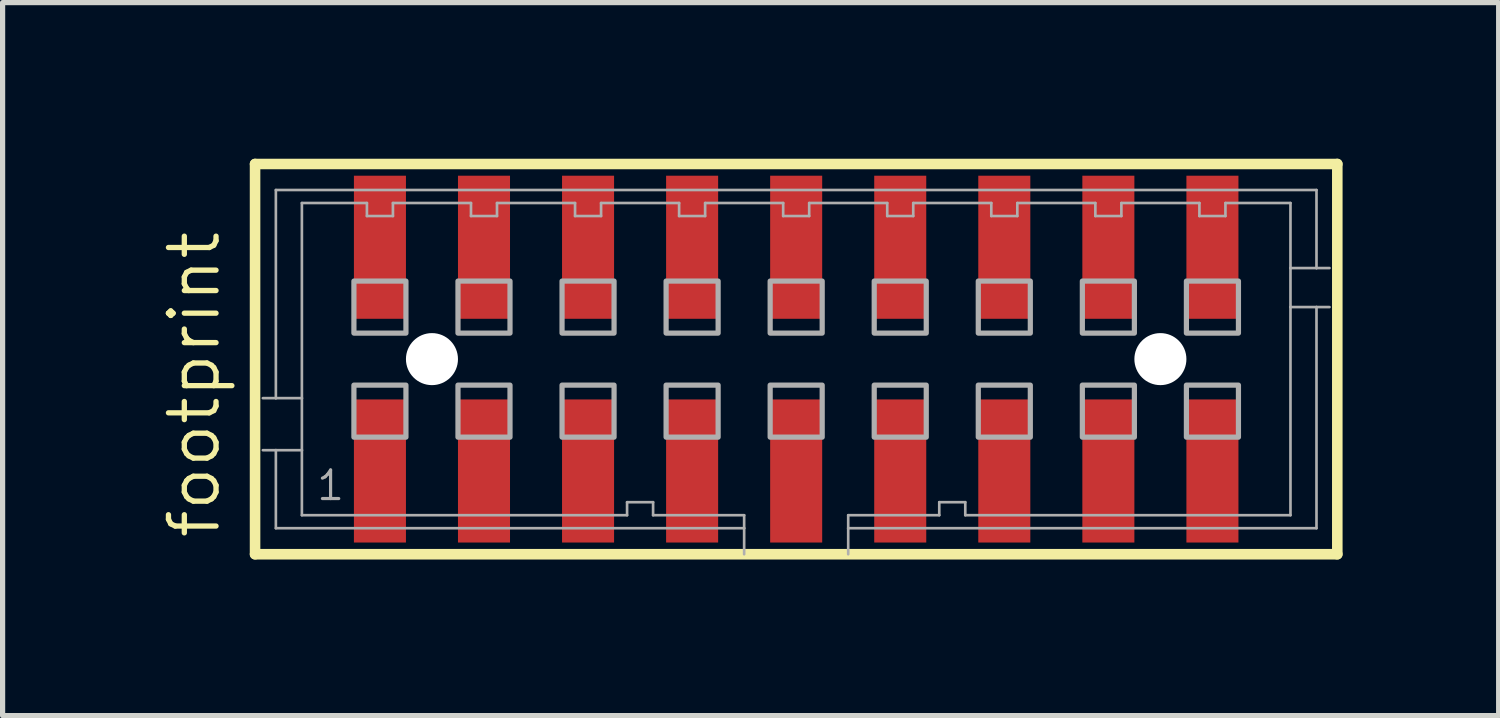
<source format=kicad_pcb>
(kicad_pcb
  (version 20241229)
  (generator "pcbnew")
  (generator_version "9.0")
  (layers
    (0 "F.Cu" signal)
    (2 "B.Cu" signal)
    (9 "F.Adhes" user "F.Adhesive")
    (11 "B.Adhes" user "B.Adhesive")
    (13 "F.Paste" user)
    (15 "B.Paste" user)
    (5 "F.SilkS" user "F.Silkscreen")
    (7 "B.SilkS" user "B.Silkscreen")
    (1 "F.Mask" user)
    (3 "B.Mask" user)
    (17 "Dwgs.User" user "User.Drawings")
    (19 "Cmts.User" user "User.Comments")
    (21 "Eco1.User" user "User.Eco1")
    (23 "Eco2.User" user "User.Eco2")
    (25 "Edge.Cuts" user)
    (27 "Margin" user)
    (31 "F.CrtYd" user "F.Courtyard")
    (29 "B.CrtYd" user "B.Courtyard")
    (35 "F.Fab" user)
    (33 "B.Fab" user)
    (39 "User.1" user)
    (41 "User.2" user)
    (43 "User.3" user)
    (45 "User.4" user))
  (footprint "footprint"
    (layer "F.Cu")
    (at 12.252 3.852)
    (property "Reference" "footprint" (at -11.033 3.493 90) (layer "F.SilkS") (effects (font (size 0.914 0.914) (thickness 0.102)) (justify left bottom)))
    (fp_line (start -10.4 -3.75) (end 10.4 -3.75) (stroke (width 0.203) (type solid)) (layer "F.SilkS"))
    (fp_line (start -10.4 3.75) (end -10.4 -3.75) (stroke (width 0.203) (type solid)) (layer "F.SilkS"))
    (fp_line (start 10.4 -3.75) (end 10.4 3.75) (stroke (width 0.203) (type solid)) (layer "F.SilkS"))
    (fp_line (start 10.4 3.75) (end -10.4 3.75) (stroke (width 0.203) (type solid)) (layer "F.SilkS"))
    (fp_line (start -10 -3.25) (end 10 -3.25) (stroke (width 0.051) (type solid)) (layer "F.Fab"))
    (fp_line (start -10 0.75) (end -10.25 0.75) (stroke (width 0.051) (type solid)) (layer "F.Fab"))
    (fp_line (start -10 0.75) (end -10 -3.25) (stroke (width 0.051) (type solid)) (layer "F.Fab"))
    (fp_line (start -10 1.75) (end -10.25 1.75) (stroke (width 0.051) (type solid)) (layer "F.Fab"))
    (fp_line (start -10 3.25) (end -10 1.75) (stroke (width 0.051) (type solid)) (layer "F.Fab"))
    (fp_line (start -9.5 -3) (end -9.5 0.75) (stroke (width 0.051) (type solid)) (layer "F.Fab"))
    (fp_line (start -9.5 0.75) (end -10 0.75) (stroke (width 0.051) (type solid)) (layer "F.Fab"))
    (fp_line (start -9.5 0.75) (end -9.5 1.75) (stroke (width 0.051) (type solid)) (layer "F.Fab"))
    (fp_line (start -9.5 1.75) (end -10 1.75) (stroke (width 0.051) (type solid)) (layer "F.Fab"))
    (fp_line (start -9.5 1.75) (end -9.5 3) (stroke (width 0.051) (type solid)) (layer "F.Fab"))
    (fp_line (start -9.5 3) (end -3.25 3) (stroke (width 0.051) (type solid)) (layer "F.Fab"))
    (fp_line (start -8.25 -3) (end -9.5 -3) (stroke (width 0.051) (type solid)) (layer "F.Fab"))
    (fp_line (start -8.25 -2.75) (end -8.25 -3) (stroke (width 0.051) (type solid)) (layer "F.Fab"))
    (fp_line (start -7.75 -3) (end -7.75 -2.75) (stroke (width 0.051) (type solid)) (layer "F.Fab"))
    (fp_line (start -7.75 -2.75) (end -8.25 -2.75) (stroke (width 0.051) (type solid)) (layer "F.Fab"))
    (fp_line (start -6.25 -3) (end -7.75 -3) (stroke (width 0.051) (type solid)) (layer "F.Fab"))
    (fp_line (start -6.25 -2.75) (end -6.25 -3) (stroke (width 0.051) (type solid)) (layer "F.Fab"))
    (fp_line (start -5.75 -3) (end -5.75 -2.75) (stroke (width 0.051) (type solid)) (layer "F.Fab"))
    (fp_line (start -5.75 -2.75) (end -6.25 -2.75) (stroke (width 0.051) (type solid)) (layer "F.Fab"))
    (fp_line (start -4.25 -3) (end -5.75 -3) (stroke (width 0.051) (type solid)) (layer "F.Fab"))
    (fp_line (start -4.25 -2.75) (end -4.25 -3) (stroke (width 0.051) (type solid)) (layer "F.Fab"))
    (fp_line (start -3.75 -3) (end -3.75 -2.75) (stroke (width 0.051) (type solid)) (layer "F.Fab"))
    (fp_line (start -3.75 -2.75) (end -4.25 -2.75) (stroke (width 0.051) (type solid)) (layer "F.Fab"))
    (fp_line (start -3.25 2.75) (end -2.75 2.75) (stroke (width 0.051) (type solid)) (layer "F.Fab"))
    (fp_line (start -3.25 3) (end -3.25 2.75) (stroke (width 0.051) (type solid)) (layer "F.Fab"))
    (fp_line (start -2.75 2.75) (end -2.75 3) (stroke (width 0.051) (type solid)) (layer "F.Fab"))
    (fp_line (start -2.75 3) (end -1 3) (stroke (width 0.051) (type solid)) (layer "F.Fab"))
    (fp_line (start -2.25 -3) (end -3.75 -3) (stroke (width 0.051) (type solid)) (layer "F.Fab"))
    (fp_line (start -2.25 -2.75) (end -2.25 -3) (stroke (width 0.051) (type solid)) (layer "F.Fab"))
    (fp_line (start -1.75 -3) (end -1.75 -2.75) (stroke (width 0.051) (type solid)) (layer "F.Fab"))
    (fp_line (start -1.75 -2.75) (end -2.25 -2.75) (stroke (width 0.051) (type solid)) (layer "F.Fab"))
    (fp_line (start -1 3) (end -1 3.25) (stroke (width 0.051) (type solid)) (layer "F.Fab"))
    (fp_line (start -1 3.25) (end -10 3.25) (stroke (width 0.051) (type solid)) (layer "F.Fab"))
    (fp_line (start -1 3.25) (end -1 3.75) (stroke (width 0.051) (type solid)) (layer "F.Fab"))
    (fp_line (start -0.25 -3) (end -1.75 -3) (stroke (width 0.051) (type solid)) (layer "F.Fab"))
    (fp_line (start -0.25 -2.75) (end -0.25 -3) (stroke (width 0.051) (type solid)) (layer "F.Fab"))
    (fp_line (start 0.25 -3) (end 0.25 -2.75) (stroke (width 0.051) (type solid)) (layer "F.Fab"))
    (fp_line (start 0.25 -2.75) (end -0.25 -2.75) (stroke (width 0.051) (type solid)) (layer "F.Fab"))
    (fp_line (start 1 3) (end 2.75 3) (stroke (width 0.051) (type solid)) (layer "F.Fab"))
    (fp_line (start 1 3.25) (end 1 3) (stroke (width 0.051) (type solid)) (layer "F.Fab"))
    (fp_line (start 1 3.75) (end 1 3.25) (stroke (width 0.051) (type solid)) (layer "F.Fab"))
    (fp_line (start 1.75 -3) (end 0.25 -3) (stroke (width 0.051) (type solid)) (layer "F.Fab"))
    (fp_line (start 1.75 -2.75) (end 1.75 -3) (stroke (width 0.051) (type solid)) (layer "F.Fab"))
    (fp_line (start 2.25 -3) (end 2.25 -2.75) (stroke (width 0.051) (type solid)) (layer "F.Fab"))
    (fp_line (start 2.25 -2.75) (end 1.75 -2.75) (stroke (width 0.051) (type solid)) (layer "F.Fab"))
    (fp_line (start 2.75 2.75) (end 3.25 2.75) (stroke (width 0.051) (type solid)) (layer "F.Fab"))
    (fp_line (start 2.75 3) (end 2.75 2.75) (stroke (width 0.051) (type solid)) (layer "F.Fab"))
    (fp_line (start 3.25 2.75) (end 3.25 3) (stroke (width 0.051) (type solid)) (layer "F.Fab"))
    (fp_line (start 3.25 3) (end 9.5 3) (stroke (width 0.051) (type solid)) (layer "F.Fab"))
    (fp_line (start 3.75 -3) (end 2.25 -3) (stroke (width 0.051) (type solid)) (layer "F.Fab"))
    (fp_line (start 3.75 -2.75) (end 3.75 -3) (stroke (width 0.051) (type solid)) (layer "F.Fab"))
    (fp_line (start 4.25 -3) (end 4.25 -2.75) (stroke (width 0.051) (type solid)) (layer "F.Fab"))
    (fp_line (start 4.25 -2.75) (end 3.75 -2.75) (stroke (width 0.051) (type solid)) (layer "F.Fab"))
    (fp_line (start 5.75 -3) (end 4.25 -3) (stroke (width 0.051) (type solid)) (layer "F.Fab"))
    (fp_line (start 5.75 -2.75) (end 5.75 -3) (stroke (width 0.051) (type solid)) (layer "F.Fab"))
    (fp_line (start 6.25 -3) (end 6.25 -2.75) (stroke (width 0.051) (type solid)) (layer "F.Fab"))
    (fp_line (start 6.25 -2.75) (end 5.75 -2.75) (stroke (width 0.051) (type solid)) (layer "F.Fab"))
    (fp_line (start 7.75 -3) (end 6.25 -3) (stroke (width 0.051) (type solid)) (layer "F.Fab"))
    (fp_line (start 7.75 -2.75) (end 7.75 -3) (stroke (width 0.051) (type solid)) (layer "F.Fab"))
    (fp_line (start 8.25 -3) (end 8.25 -2.75) (stroke (width 0.051) (type solid)) (layer "F.Fab"))
    (fp_line (start 8.25 -2.75) (end 7.75 -2.75) (stroke (width 0.051) (type solid)) (layer "F.Fab"))
    (fp_line (start 9.5 -3) (end 8.25 -3) (stroke (width 0.051) (type solid)) (layer "F.Fab"))
    (fp_line (start 9.5 -1.75) (end 9.5 -3) (stroke (width 0.051) (type solid)) (layer "F.Fab"))
    (fp_line (start 9.5 -1.75) (end 10 -1.75) (stroke (width 0.051) (type solid)) (layer "F.Fab"))
    (fp_line (start 9.5 -1) (end 9.5 -1.75) (stroke (width 0.051) (type solid)) (layer "F.Fab"))
    (fp_line (start 9.5 -1) (end 10 -1) (stroke (width 0.051) (type solid)) (layer "F.Fab"))
    (fp_line (start 9.5 3) (end 9.5 -1) (stroke (width 0.051) (type solid)) (layer "F.Fab"))
    (fp_line (start 10 -3.25) (end 10 -1.75) (stroke (width 0.051) (type solid)) (layer "F.Fab"))
    (fp_line (start 10 -1.75) (end 10.25 -1.75) (stroke (width 0.051) (type solid)) (layer "F.Fab"))
    (fp_line (start 10 -1) (end 10 3.25) (stroke (width 0.051) (type solid)) (layer "F.Fab"))
    (fp_line (start 10 -1) (end 10.25 -1) (stroke (width 0.051) (type solid)) (layer "F.Fab"))
    (fp_line (start 10 3.25) (end 1 3.25) (stroke (width 0.051) (type solid)) (layer "F.Fab"))
    (fp_poly (pts (xy -8.5 -0.5) (xy -7.5 -0.5) (xy -7.5 -1.5) (xy -8.5 -1.5)) (stroke (width 0.1) (type solid)) (fill no) (layer "F.Fab"))
    (fp_poly (pts (xy -8.5 1.5) (xy -7.5 1.5) (xy -7.5 0.5) (xy -8.5 0.5)) (stroke (width 0.1) (type solid)) (fill no) (layer "F.Fab"))
    (fp_poly (pts (xy -6.5 -0.5) (xy -5.5 -0.5) (xy -5.5 -1.5) (xy -6.5 -1.5)) (stroke (width 0.1) (type solid)) (fill no) (layer "F.Fab"))
    (fp_poly (pts (xy -6.5 1.5) (xy -5.5 1.5) (xy -5.5 0.5) (xy -6.5 0.5)) (stroke (width 0.1) (type solid)) (fill no) (layer "F.Fab"))
    (fp_poly (pts (xy -4.5 -0.5) (xy -3.5 -0.5) (xy -3.5 -1.5) (xy -4.5 -1.5)) (stroke (width 0.1) (type solid)) (fill no) (layer "F.Fab"))
    (fp_poly (pts (xy -4.5 1.5) (xy -3.5 1.5) (xy -3.5 0.5) (xy -4.5 0.5)) (stroke (width 0.1) (type solid)) (fill no) (layer "F.Fab"))
    (fp_poly (pts (xy -2.5 -0.5) (xy -1.5 -0.5) (xy -1.5 -1.5) (xy -2.5 -1.5)) (stroke (width 0.1) (type solid)) (fill no) (layer "F.Fab"))
    (fp_poly (pts (xy -2.5 1.5) (xy -1.5 1.5) (xy -1.5 0.5) (xy -2.5 0.5)) (stroke (width 0.1) (type solid)) (fill no) (layer "F.Fab"))
    (fp_poly (pts (xy -0.5 -0.5) (xy 0.5 -0.5) (xy 0.5 -1.5) (xy -0.5 -1.5)) (stroke (width 0.1) (type solid)) (fill no) (layer "F.Fab"))
    (fp_poly (pts (xy -0.5 1.5) (xy 0.5 1.5) (xy 0.5 0.5) (xy -0.5 0.5)) (stroke (width 0.1) (type solid)) (fill no) (layer "F.Fab"))
    (fp_poly (pts (xy 1.5 -0.5) (xy 2.5 -0.5) (xy 2.5 -1.5) (xy 1.5 -1.5)) (stroke (width 0.1) (type solid)) (fill no) (layer "F.Fab"))
    (fp_poly (pts (xy 1.5 1.5) (xy 2.5 1.5) (xy 2.5 0.5) (xy 1.5 0.5)) (stroke (width 0.1) (type solid)) (fill no) (layer "F.Fab"))
    (fp_poly (pts (xy 3.5 -0.5) (xy 4.5 -0.5) (xy 4.5 -1.5) (xy 3.5 -1.5)) (stroke (width 0.1) (type solid)) (fill no) (layer "F.Fab"))
    (fp_poly (pts (xy 3.5 1.5) (xy 4.5 1.5) (xy 4.5 0.5) (xy 3.5 0.5)) (stroke (width 0.1) (type solid)) (fill no) (layer "F.Fab"))
    (fp_poly (pts (xy 5.5 -0.5) (xy 6.5 -0.5) (xy 6.5 -1.5) (xy 5.5 -1.5)) (stroke (width 0.1) (type solid)) (fill no) (layer "F.Fab"))
    (fp_poly (pts (xy 5.5 1.5) (xy 6.5 1.5) (xy 6.5 0.5) (xy 5.5 0.5)) (stroke (width 0.1) (type solid)) (fill no) (layer "F.Fab"))
    (fp_poly (pts (xy 7.5 -0.5) (xy 8.5 -0.5) (xy 8.5 -1.5) (xy 7.5 -1.5)) (stroke (width 0.1) (type solid)) (fill no) (layer "F.Fab"))
    (fp_poly (pts (xy 7.5 1.5) (xy 8.5 1.5) (xy 8.5 0.5) (xy 7.5 0.5)) (stroke (width 0.1) (type solid)) (fill no) (layer "F.Fab"))
    (fp_text user "1" (at -9.25 2.75 0) (layer "F.Fab") (effects (font (size 0.549 0.549) (thickness 0.061)) (justify left bottom)))
    (pad "" np_thru_hole circle (at -7 0) (size 1 1) (drill 1) (layers "*.Cu" "*.Mask"))
    (pad "" np_thru_hole circle (at 7 0) (size 1 1) (drill 1) (layers "*.Cu" "*.Mask"))
    (pad "1" smd rect (at -8 2.15) (size 1 2.75) (layers "F.Cu" "F.Mask" "F.Paste"))
    (pad "2" smd rect (at -8 -2.15) (size 1 2.75) (layers "F.Cu" "F.Mask" "F.Paste"))
    (pad "3" smd rect (at -6 2.15) (size 1 2.75) (layers "F.Cu" "F.Mask" "F.Paste"))
    (pad "4" smd rect (at -6 -2.15) (size 1 2.75) (layers "F.Cu" "F.Mask" "F.Paste"))
    (pad "5" smd rect (at -4 2.15) (size 1 2.75) (layers "F.Cu" "F.Mask" "F.Paste"))
    (pad "6" smd rect (at -4 -2.15) (size 1 2.75) (layers "F.Cu" "F.Mask" "F.Paste"))
    (pad "7" smd rect (at -2 2.15) (size 1 2.75) (layers "F.Cu" "F.Mask" "F.Paste"))
    (pad "8" smd rect (at -2 -2.15) (size 1 2.75) (layers "F.Cu" "F.Mask" "F.Paste"))
    (pad "9" smd rect (at 0 2.15 180) (size 1 2.75) (layers "F.Cu" "F.Mask" "F.Paste"))
    (pad "10" smd rect (at 0 -2.15 180) (size 1 2.75) (layers "F.Cu" "F.Mask" "F.Paste"))
    (pad "11" smd rect (at 2 2.15) (size 1 2.75) (layers "F.Cu" "F.Mask" "F.Paste"))
    (pad "12" smd rect (at 2 -2.15) (size 1 2.75) (layers "F.Cu" "F.Mask" "F.Paste"))
    (pad "13" smd rect (at 4 2.15) (size 1 2.75) (layers "F.Cu" "F.Mask" "F.Paste"))
    (pad "14" smd rect (at 4 -2.15) (size 1 2.75) (layers "F.Cu" "F.Mask" "F.Paste"))
    (pad "15" smd rect (at 6 2.15 180) (size 1 2.75) (layers "F.Cu" "F.Mask" "F.Paste"))
    (pad "16" smd rect (at 6 -2.15) (size 1 2.75) (layers "F.Cu" "F.Mask" "F.Paste"))
    (pad "17" smd rect (at 8 2.15 180) (size 1 2.75) (layers "F.Cu" "F.Mask" "F.Paste"))
    (pad "18" smd rect (at 8 -2.15) (size 1 2.75) (layers "F.Cu" "F.Mask" "F.Paste")))
  (gr_rect
    (start -3 -3)
    (end 25.753 10.703)
    (stroke (width 0.1) (type default))
    (fill no)
    (layer "Edge.Cuts")))
</source>
